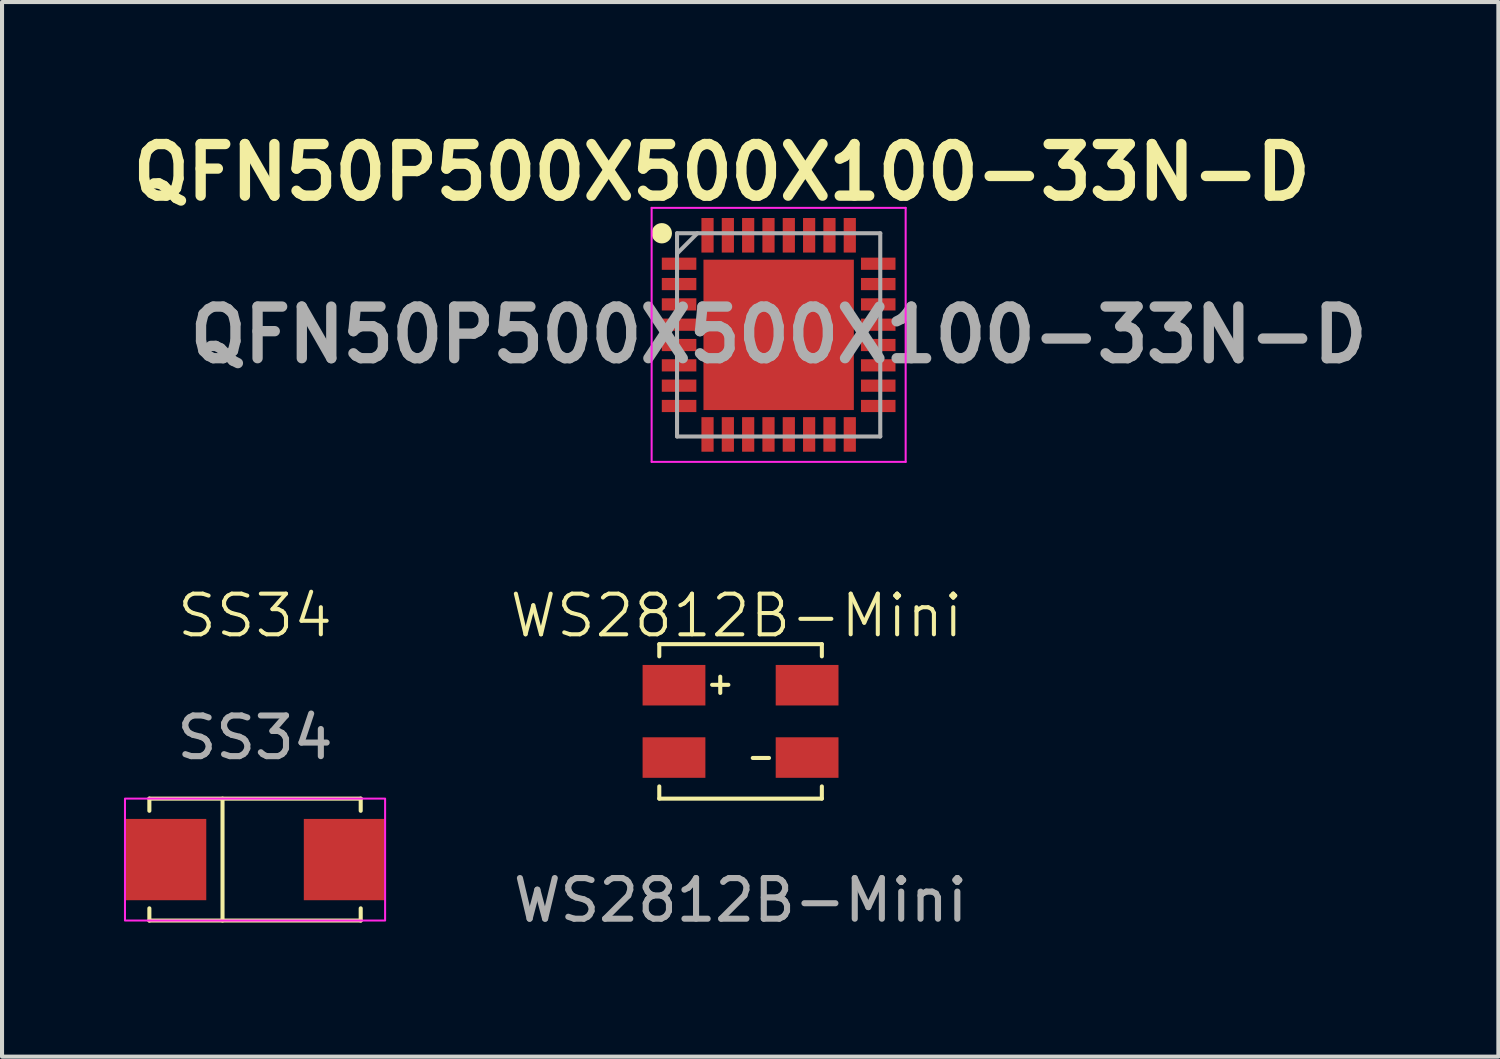
<source format=kicad_pcb>
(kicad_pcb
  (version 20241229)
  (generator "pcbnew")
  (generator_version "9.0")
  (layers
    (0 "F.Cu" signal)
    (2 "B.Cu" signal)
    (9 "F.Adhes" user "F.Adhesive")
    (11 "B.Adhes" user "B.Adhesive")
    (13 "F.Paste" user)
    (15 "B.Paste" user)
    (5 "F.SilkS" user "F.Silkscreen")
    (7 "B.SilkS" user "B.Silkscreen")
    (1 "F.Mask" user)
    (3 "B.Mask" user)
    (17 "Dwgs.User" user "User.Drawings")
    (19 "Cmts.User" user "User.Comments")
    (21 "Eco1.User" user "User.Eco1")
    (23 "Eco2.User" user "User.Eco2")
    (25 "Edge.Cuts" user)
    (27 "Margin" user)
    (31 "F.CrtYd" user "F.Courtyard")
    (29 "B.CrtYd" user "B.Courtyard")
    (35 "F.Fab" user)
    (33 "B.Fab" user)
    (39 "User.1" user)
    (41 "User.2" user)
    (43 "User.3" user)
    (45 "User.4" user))
  (footprint "QFN50P500X500X100-33N-D"
    (layer "F.Cu")
    (at 16.108 5.189)
    (property "Reference" "QFN50P500X500X100-33N-D" (at -1.4 -4 0) (layer "F.SilkS") (effects (font (size 1.27 1.27) (thickness 0.254))))
    (attr smd)
    (fp_circle (center -2.875 -2.5) (end -2.875 -2.375) (stroke (width 0.25) (type solid)) (fill no) (layer "F.SilkS"))
    (fp_line (start -3.125 -3.125) (end 3.125 -3.125) (stroke (width 0.05) (type solid)) (layer "F.CrtYd"))
    (fp_line (start -3.125 3.125) (end -3.125 -3.125) (stroke (width 0.05) (type solid)) (layer "F.CrtYd"))
    (fp_line (start 3.125 -3.125) (end 3.125 3.125) (stroke (width 0.05) (type solid)) (layer "F.CrtYd"))
    (fp_line (start 3.125 3.125) (end -3.125 3.125) (stroke (width 0.05) (type solid)) (layer "F.CrtYd"))
    (fp_line (start -2.5 -2.5) (end 2.5 -2.5) (stroke (width 0.1) (type solid)) (layer "F.Fab"))
    (fp_line (start -2.5 -2) (end -2 -2.5) (stroke (width 0.1) (type solid)) (layer "F.Fab"))
    (fp_line (start -2.5 2.5) (end -2.5 -2.5) (stroke (width 0.1) (type solid)) (layer "F.Fab"))
    (fp_line (start 2.5 -2.5) (end 2.5 2.5) (stroke (width 0.1) (type solid)) (layer "F.Fab"))
    (fp_line (start 2.5 2.5) (end -2.5 2.5) (stroke (width 0.1) (type solid)) (layer "F.Fab"))
    (fp_text user "${REFERENCE}" (at 0 0 0) (layer "F.Fab") (effects (font (size 1.27 1.27) (thickness 0.254))))
    (pad "1" smd rect (at -2.45 -1.75 90) (size 0.3 0.85) (layers "F.Cu" "F.Mask" "F.Paste"))
    (pad "2" smd rect (at -2.45 -1.25 90) (size 0.3 0.85) (layers "F.Cu" "F.Mask" "F.Paste"))
    (pad "3" smd rect (at -2.45 -0.75 90) (size 0.3 0.85) (layers "F.Cu" "F.Mask" "F.Paste"))
    (pad "4" smd rect (at -2.45 -0.25 90) (size 0.3 0.85) (layers "F.Cu" "F.Mask" "F.Paste"))
    (pad "5" smd rect (at -2.45 0.25 90) (size 0.3 0.85) (layers "F.Cu" "F.Mask" "F.Paste"))
    (pad "6" smd rect (at -2.45 0.75 90) (size 0.3 0.85) (layers "F.Cu" "F.Mask" "F.Paste"))
    (pad "7" smd rect (at -2.45 1.25 90) (size 0.3 0.85) (layers "F.Cu" "F.Mask" "F.Paste"))
    (pad "8" smd rect (at -2.45 1.75 90) (size 0.3 0.85) (layers "F.Cu" "F.Mask" "F.Paste"))
    (pad "9" smd rect (at -1.75 2.45) (size 0.3 0.85) (layers "F.Cu" "F.Mask" "F.Paste"))
    (pad "10" smd rect (at -1.25 2.45) (size 0.3 0.85) (layers "F.Cu" "F.Mask" "F.Paste"))
    (pad "11" smd rect (at -0.75 2.45) (size 0.3 0.85) (layers "F.Cu" "F.Mask" "F.Paste"))
    (pad "12" smd rect (at -0.25 2.45) (size 0.3 0.85) (layers "F.Cu" "F.Mask" "F.Paste"))
    (pad "13" smd rect (at 0.25 2.45) (size 0.3 0.85) (layers "F.Cu" "F.Mask" "F.Paste"))
    (pad "14" smd rect (at 0.75 2.45) (size 0.3 0.85) (layers "F.Cu" "F.Mask" "F.Paste"))
    (pad "15" smd rect (at 1.25 2.45) (size 0.3 0.85) (layers "F.Cu" "F.Mask" "F.Paste"))
    (pad "16" smd rect (at 1.75 2.45) (size 0.3 0.85) (layers "F.Cu" "F.Mask" "F.Paste"))
    (pad "17" smd rect (at 2.45 1.75 90) (size 0.3 0.85) (layers "F.Cu" "F.Mask" "F.Paste"))
    (pad "18" smd rect (at 2.45 1.25 90) (size 0.3 0.85) (layers "F.Cu" "F.Mask" "F.Paste"))
    (pad "19" smd rect (at 2.45 0.75 90) (size 0.3 0.85) (layers "F.Cu" "F.Mask" "F.Paste"))
    (pad "20" smd rect (at 2.45 0.25 90) (size 0.3 0.85) (layers "F.Cu" "F.Mask" "F.Paste"))
    (pad "21" smd rect (at 2.45 -0.25 90) (size 0.3 0.85) (layers "F.Cu" "F.Mask" "F.Paste"))
    (pad "22" smd rect (at 2.45 -0.75 90) (size 0.3 0.85) (layers "F.Cu" "F.Mask" "F.Paste"))
    (pad "23" smd rect (at 2.45 -1.25 90) (size 0.3 0.85) (layers "F.Cu" "F.Mask" "F.Paste"))
    (pad "24" smd rect (at 2.45 -1.75 90) (size 0.3 0.85) (layers "F.Cu" "F.Mask" "F.Paste"))
    (pad "25" smd rect (at 1.75 -2.45) (size 0.3 0.85) (layers "F.Cu" "F.Mask" "F.Paste"))
    (pad "26" smd rect (at 1.25 -2.45) (size 0.3 0.85) (layers "F.Cu" "F.Mask" "F.Paste"))
    (pad "27" smd rect (at 0.75 -2.45) (size 0.3 0.85) (layers "F.Cu" "F.Mask" "F.Paste"))
    (pad "28" smd rect (at 0.25 -2.45) (size 0.3 0.85) (layers "F.Cu" "F.Mask" "F.Paste"))
    (pad "29" smd rect (at -0.25 -2.45) (size 0.3 0.85) (layers "F.Cu" "F.Mask" "F.Paste"))
    (pad "30" smd rect (at -0.75 -2.45) (size 0.3 0.85) (layers "F.Cu" "F.Mask" "F.Paste"))
    (pad "31" smd rect (at -1.25 -2.45) (size 0.3 0.85) (layers "F.Cu" "F.Mask" "F.Paste"))
    (pad "32" smd rect (at -1.75 -2.45) (size 0.3 0.85) (layers "F.Cu" "F.Mask" "F.Paste"))
    (pad "33" smd rect (at 0 0) (size 3.7 3.7) (layers "F.Cu" "F.Mask" "F.Paste")))
  (footprint "WS2812B-Mini"
    (layer "F.Cu")
    (at 15.171 14.699)
    (property "Reference" "WS2812B-Mini" (at -0.1 -2.6 0) (unlocked yes) (layer "F.SilkS") (effects (font (size 1 1) (thickness 0.1))))
    (attr smd)
    (fp_line (start -2 -1.9) (end 2 -1.9) (stroke (width 0.1) (type default)) (layer "F.SilkS"))
    (fp_line (start -2 -1.6) (end -2 -1.9) (stroke (width 0.1) (type default)) (layer "F.SilkS"))
    (fp_line (start -2 1.9) (end -2 1.6) (stroke (width 0.1) (type default)) (layer "F.SilkS"))
    (fp_line (start -2 1.9) (end 2 1.9) (stroke (width 0.1) (type default)) (layer "F.SilkS"))
    (fp_line (start -0.7 -0.9) (end -0.3 -0.9) (stroke (width 0.1) (type default)) (layer "F.SilkS"))
    (fp_line (start -0.5 -1.1) (end -0.5 -0.7) (stroke (width 0.1) (type default)) (layer "F.SilkS"))
    (fp_line (start 0.3 0.9) (end 0.7 0.9) (stroke (width 0.1) (type default)) (layer "F.SilkS"))
    (fp_line (start 2 -1.6) (end 2 -1.9) (stroke (width 0.1) (type default)) (layer "F.SilkS"))
    (fp_line (start 2 1.9) (end 2 1.6) (stroke (width 0.1) (type default)) (layer "F.SilkS"))
    (fp_text user "${REFERENCE}" (at 0 4.4 0) (unlocked yes) (layer "F.Fab") (effects (font (size 1 1) (thickness 0.15))))
    (pad "1" smd rect (at -1.638 -0.89) (size 1.545 0.997) (layers "F.Cu" "F.Mask" "F.Paste"))
    (pad "2" smd rect (at -1.638 0.89) (size 1.545 0.997) (layers "F.Cu" "F.Mask" "F.Paste"))
    (pad "3" smd rect (at 1.637 -0.89) (size 1.545 0.997) (layers "F.Cu" "F.Mask" "F.Paste"))
    (pad "4" smd rect (at 1.637 0.89) (size 1.545 0.997) (layers "F.Cu" "F.Mask" "F.Paste")))
  (footprint "SS34"
    (layer "F.Cu")
    (at 3.225 18.099)
    (property "Reference" "SS34" (at 0 -6 0) (unlocked yes) (layer "F.SilkS") (effects (font (size 1 1) (thickness 0.1))))
    (attr smd)
    (fp_line (start -2.6 -1.5) (end 2.6 -1.5) (stroke (width 0.1) (type default)) (layer "F.SilkS"))
    (fp_line (start -2.6 -1.2) (end -2.6 -1.5) (stroke (width 0.1) (type default)) (layer "F.SilkS"))
    (fp_line (start -2.6 1.5) (end -2.6 1.2) (stroke (width 0.1) (type default)) (layer "F.SilkS"))
    (fp_line (start -2.6 1.5) (end 2.6 1.5) (stroke (width 0.1) (type default)) (layer "F.SilkS"))
    (fp_line (start -0.8 -1.5) (end -0.8 1.5) (stroke (width 0.1) (type default)) (layer "F.SilkS"))
    (fp_line (start 2.6 -1.2) (end 2.6 -1.5) (stroke (width 0.1) (type default)) (layer "F.SilkS"))
    (fp_line (start 2.6 1.5) (end 2.6 1.2) (stroke (width 0.1) (type default)) (layer "F.SilkS"))
    (fp_rect (start -3.2 -1.5) (end 3.2 1.5) (stroke (width 0.05) (type default)) (fill no) (layer "F.CrtYd"))
    (fp_text user "${REFERENCE}" (at 0 -3 0) (unlocked yes) (layer "F.Fab") (effects (font (size 1 1) (thickness 0.15))))
    (pad "1" smd rect (at -2.2 0) (size 2 2) (layers "F.Cu" "F.Mask" "F.Paste"))
    (pad "2" smd rect (at 2.2 0) (size 2 2) (layers "F.Cu" "F.Mask" "F.Paste")))
  (gr_rect
    (start -3 -3)
    (end 33.816 22.947)
    (stroke (width 0.1) (type default))
    (fill no)
    (layer "Edge.Cuts")))
</source>
